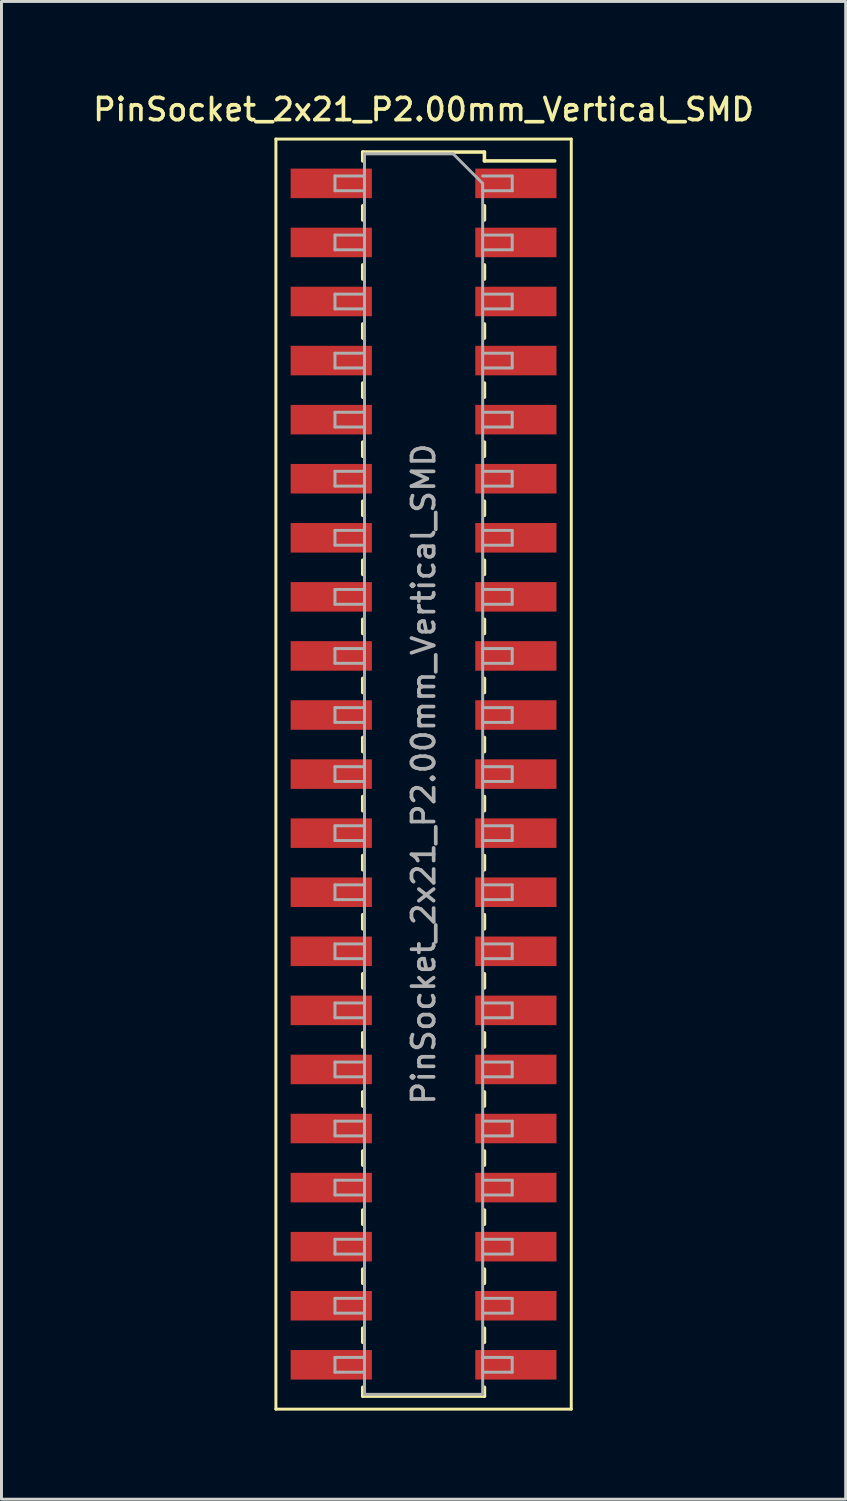
<source format=kicad_pcb>
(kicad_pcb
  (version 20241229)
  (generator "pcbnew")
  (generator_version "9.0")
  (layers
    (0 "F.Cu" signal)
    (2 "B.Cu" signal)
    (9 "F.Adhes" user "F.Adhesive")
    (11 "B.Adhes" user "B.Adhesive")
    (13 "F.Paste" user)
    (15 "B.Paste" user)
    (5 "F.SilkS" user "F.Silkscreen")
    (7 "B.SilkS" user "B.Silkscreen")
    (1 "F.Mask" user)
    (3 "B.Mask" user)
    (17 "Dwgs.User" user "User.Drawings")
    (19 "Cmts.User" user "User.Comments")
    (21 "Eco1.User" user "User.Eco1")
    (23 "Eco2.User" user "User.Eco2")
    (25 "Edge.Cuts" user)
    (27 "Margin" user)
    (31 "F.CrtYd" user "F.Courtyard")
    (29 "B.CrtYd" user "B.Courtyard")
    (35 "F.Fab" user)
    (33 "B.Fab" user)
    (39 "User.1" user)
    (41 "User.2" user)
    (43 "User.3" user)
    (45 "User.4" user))
  (footprint "PinSocket_2x21_P2.00mm_Vertical_SMD"
    (layer "F.Cu")
    (at 11.291 23.158)
    (property "Reference" "PinSocket_2x21_P2.00mm_Vertical_SMD" (at 0 -22.5 0) (layer "F.SilkS") (effects (font (size 0.75 0.75) (thickness 0.125))))
    (attr smd)
    (fp_line (start -5 -21.5) (end 5 -21.5) (stroke (width 0.1) (type solid)) (layer "F.SilkS"))
    (fp_line (start -5 21.5) (end -5 -21.5) (stroke (width 0.1) (type solid)) (layer "F.SilkS"))
    (fp_line (start -2.06 -21.06) (end -2.06 -20.76) (stroke (width 0.12) (type solid)) (layer "F.SilkS"))
    (fp_line (start -2.06 -21.06) (end 2.06 -21.06) (stroke (width 0.12) (type solid)) (layer "F.SilkS"))
    (fp_line (start -2.06 -19.24) (end -2.06 -18.76) (stroke (width 0.12) (type solid)) (layer "F.SilkS"))
    (fp_line (start -2.06 -17.24) (end -2.06 -16.76) (stroke (width 0.12) (type solid)) (layer "F.SilkS"))
    (fp_line (start -2.06 -15.24) (end -2.06 -14.76) (stroke (width 0.12) (type solid)) (layer "F.SilkS"))
    (fp_line (start -2.06 -13.24) (end -2.06 -12.76) (stroke (width 0.12) (type solid)) (layer "F.SilkS"))
    (fp_line (start -2.06 -11.24) (end -2.06 -10.76) (stroke (width 0.12) (type solid)) (layer "F.SilkS"))
    (fp_line (start -2.06 -9.24) (end -2.06 -8.76) (stroke (width 0.12) (type solid)) (layer "F.SilkS"))
    (fp_line (start -2.06 -7.24) (end -2.06 -6.76) (stroke (width 0.12) (type solid)) (layer "F.SilkS"))
    (fp_line (start -2.06 -5.24) (end -2.06 -4.76) (stroke (width 0.12) (type solid)) (layer "F.SilkS"))
    (fp_line (start -2.06 -3.24) (end -2.06 -2.76) (stroke (width 0.12) (type solid)) (layer "F.SilkS"))
    (fp_line (start -2.06 -1.24) (end -2.06 -0.76) (stroke (width 0.12) (type solid)) (layer "F.SilkS"))
    (fp_line (start -2.06 0.76) (end -2.06 1.24) (stroke (width 0.12) (type solid)) (layer "F.SilkS"))
    (fp_line (start -2.06 2.76) (end -2.06 3.24) (stroke (width 0.12) (type solid)) (layer "F.SilkS"))
    (fp_line (start -2.06 4.76) (end -2.06 5.24) (stroke (width 0.12) (type solid)) (layer "F.SilkS"))
    (fp_line (start -2.06 6.76) (end -2.06 7.24) (stroke (width 0.12) (type solid)) (layer "F.SilkS"))
    (fp_line (start -2.06 8.76) (end -2.06 9.24) (stroke (width 0.12) (type solid)) (layer "F.SilkS"))
    (fp_line (start -2.06 10.76) (end -2.06 11.24) (stroke (width 0.12) (type solid)) (layer "F.SilkS"))
    (fp_line (start -2.06 12.76) (end -2.06 13.24) (stroke (width 0.12) (type solid)) (layer "F.SilkS"))
    (fp_line (start -2.06 14.76) (end -2.06 15.24) (stroke (width 0.12) (type solid)) (layer "F.SilkS"))
    (fp_line (start -2.06 16.76) (end -2.06 17.24) (stroke (width 0.12) (type solid)) (layer "F.SilkS"))
    (fp_line (start -2.06 18.76) (end -2.06 19.24) (stroke (width 0.12) (type solid)) (layer "F.SilkS"))
    (fp_line (start -2.06 20.76) (end -2.06 21.06) (stroke (width 0.12) (type solid)) (layer "F.SilkS"))
    (fp_line (start -2.06 21.06) (end 2.06 21.06) (stroke (width 0.12) (type solid)) (layer "F.SilkS"))
    (fp_line (start 2.06 -21.06) (end 2.06 -20.76) (stroke (width 0.12) (type solid)) (layer "F.SilkS"))
    (fp_line (start 2.06 -20.76) (end 4.44 -20.76) (stroke (width 0.12) (type solid)) (layer "F.SilkS"))
    (fp_line (start 2.06 -19.24) (end 2.06 -18.76) (stroke (width 0.12) (type solid)) (layer "F.SilkS"))
    (fp_line (start 2.06 -17.24) (end 2.06 -16.76) (stroke (width 0.12) (type solid)) (layer "F.SilkS"))
    (fp_line (start 2.06 -15.24) (end 2.06 -14.76) (stroke (width 0.12) (type solid)) (layer "F.SilkS"))
    (fp_line (start 2.06 -13.24) (end 2.06 -12.76) (stroke (width 0.12) (type solid)) (layer "F.SilkS"))
    (fp_line (start 2.06 -11.24) (end 2.06 -10.76) (stroke (width 0.12) (type solid)) (layer "F.SilkS"))
    (fp_line (start 2.06 -9.24) (end 2.06 -8.76) (stroke (width 0.12) (type solid)) (layer "F.SilkS"))
    (fp_line (start 2.06 -7.24) (end 2.06 -6.76) (stroke (width 0.12) (type solid)) (layer "F.SilkS"))
    (fp_line (start 2.06 -5.24) (end 2.06 -4.76) (stroke (width 0.12) (type solid)) (layer "F.SilkS"))
    (fp_line (start 2.06 -3.24) (end 2.06 -2.76) (stroke (width 0.12) (type solid)) (layer "F.SilkS"))
    (fp_line (start 2.06 -1.24) (end 2.06 -0.76) (stroke (width 0.12) (type solid)) (layer "F.SilkS"))
    (fp_line (start 2.06 0.76) (end 2.06 1.24) (stroke (width 0.12) (type solid)) (layer "F.SilkS"))
    (fp_line (start 2.06 2.76) (end 2.06 3.24) (stroke (width 0.12) (type solid)) (layer "F.SilkS"))
    (fp_line (start 2.06 4.76) (end 2.06 5.24) (stroke (width 0.12) (type solid)) (layer "F.SilkS"))
    (fp_line (start 2.06 6.76) (end 2.06 7.24) (stroke (width 0.12) (type solid)) (layer "F.SilkS"))
    (fp_line (start 2.06 8.76) (end 2.06 9.24) (stroke (width 0.12) (type solid)) (layer "F.SilkS"))
    (fp_line (start 2.06 10.76) (end 2.06 11.24) (stroke (width 0.12) (type solid)) (layer "F.SilkS"))
    (fp_line (start 2.06 12.76) (end 2.06 13.24) (stroke (width 0.12) (type solid)) (layer "F.SilkS"))
    (fp_line (start 2.06 14.76) (end 2.06 15.24) (stroke (width 0.12) (type solid)) (layer "F.SilkS"))
    (fp_line (start 2.06 16.76) (end 2.06 17.24) (stroke (width 0.12) (type solid)) (layer "F.SilkS"))
    (fp_line (start 2.06 18.76) (end 2.06 19.24) (stroke (width 0.12) (type solid)) (layer "F.SilkS"))
    (fp_line (start 2.06 20.76) (end 2.06 21.06) (stroke (width 0.12) (type solid)) (layer "F.SilkS"))
    (fp_line (start 5 -21.5) (end 5 21.5) (stroke (width 0.1) (type solid)) (layer "F.SilkS"))
    (fp_line (start 5 21.5) (end -5 21.5) (stroke (width 0.1) (type solid)) (layer "F.SilkS"))
    (fp_line (start -3 -20.25) (end -2 -20.25) (stroke (width 0.1) (type solid)) (layer "F.Fab"))
    (fp_line (start -3 -19.75) (end -3 -20.25) (stroke (width 0.1) (type solid)) (layer "F.Fab"))
    (fp_line (start -3 -18.25) (end -2 -18.25) (stroke (width 0.1) (type solid)) (layer "F.Fab"))
    (fp_line (start -3 -17.75) (end -3 -18.25) (stroke (width 0.1) (type solid)) (layer "F.Fab"))
    (fp_line (start -3 -16.25) (end -2 -16.25) (stroke (width 0.1) (type solid)) (layer "F.Fab"))
    (fp_line (start -3 -15.75) (end -3 -16.25) (stroke (width 0.1) (type solid)) (layer "F.Fab"))
    (fp_line (start -3 -14.25) (end -2 -14.25) (stroke (width 0.1) (type solid)) (layer "F.Fab"))
    (fp_line (start -3 -13.75) (end -3 -14.25) (stroke (width 0.1) (type solid)) (layer "F.Fab"))
    (fp_line (start -3 -12.25) (end -2 -12.25) (stroke (width 0.1) (type solid)) (layer "F.Fab"))
    (fp_line (start -3 -11.75) (end -3 -12.25) (stroke (width 0.1) (type solid)) (layer "F.Fab"))
    (fp_line (start -3 -10.25) (end -2 -10.25) (stroke (width 0.1) (type solid)) (layer "F.Fab"))
    (fp_line (start -3 -9.75) (end -3 -10.25) (stroke (width 0.1) (type solid)) (layer "F.Fab"))
    (fp_line (start -3 -8.25) (end -2 -8.25) (stroke (width 0.1) (type solid)) (layer "F.Fab"))
    (fp_line (start -3 -7.75) (end -3 -8.25) (stroke (width 0.1) (type solid)) (layer "F.Fab"))
    (fp_line (start -3 -6.25) (end -2 -6.25) (stroke (width 0.1) (type solid)) (layer "F.Fab"))
    (fp_line (start -3 -5.75) (end -3 -6.25) (stroke (width 0.1) (type solid)) (layer "F.Fab"))
    (fp_line (start -3 -4.25) (end -2 -4.25) (stroke (width 0.1) (type solid)) (layer "F.Fab"))
    (fp_line (start -3 -3.75) (end -3 -4.25) (stroke (width 0.1) (type solid)) (layer "F.Fab"))
    (fp_line (start -3 -2.25) (end -2 -2.25) (stroke (width 0.1) (type solid)) (layer "F.Fab"))
    (fp_line (start -3 -1.75) (end -3 -2.25) (stroke (width 0.1) (type solid)) (layer "F.Fab"))
    (fp_line (start -3 -0.25) (end -2 -0.25) (stroke (width 0.1) (type solid)) (layer "F.Fab"))
    (fp_line (start -3 0.25) (end -3 -0.25) (stroke (width 0.1) (type solid)) (layer "F.Fab"))
    (fp_line (start -3 1.75) (end -2 1.75) (stroke (width 0.1) (type solid)) (layer "F.Fab"))
    (fp_line (start -3 2.25) (end -3 1.75) (stroke (width 0.1) (type solid)) (layer "F.Fab"))
    (fp_line (start -3 3.75) (end -2 3.75) (stroke (width 0.1) (type solid)) (layer "F.Fab"))
    (fp_line (start -3 4.25) (end -3 3.75) (stroke (width 0.1) (type solid)) (layer "F.Fab"))
    (fp_line (start -3 5.75) (end -2 5.75) (stroke (width 0.1) (type solid)) (layer "F.Fab"))
    (fp_line (start -3 6.25) (end -3 5.75) (stroke (width 0.1) (type solid)) (layer "F.Fab"))
    (fp_line (start -3 7.75) (end -2 7.75) (stroke (width 0.1) (type solid)) (layer "F.Fab"))
    (fp_line (start -3 8.25) (end -3 7.75) (stroke (width 0.1) (type solid)) (layer "F.Fab"))
    (fp_line (start -3 9.75) (end -2 9.75) (stroke (width 0.1) (type solid)) (layer "F.Fab"))
    (fp_line (start -3 10.25) (end -3 9.75) (stroke (width 0.1) (type solid)) (layer "F.Fab"))
    (fp_line (start -3 11.75) (end -2 11.75) (stroke (width 0.1) (type solid)) (layer "F.Fab"))
    (fp_line (start -3 12.25) (end -3 11.75) (stroke (width 0.1) (type solid)) (layer "F.Fab"))
    (fp_line (start -3 13.75) (end -2 13.75) (stroke (width 0.1) (type solid)) (layer "F.Fab"))
    (fp_line (start -3 14.25) (end -3 13.75) (stroke (width 0.1) (type solid)) (layer "F.Fab"))
    (fp_line (start -3 15.75) (end -2 15.75) (stroke (width 0.1) (type solid)) (layer "F.Fab"))
    (fp_line (start -3 16.25) (end -3 15.75) (stroke (width 0.1) (type solid)) (layer "F.Fab"))
    (fp_line (start -3 17.75) (end -2 17.75) (stroke (width 0.1) (type solid)) (layer "F.Fab"))
    (fp_line (start -3 18.25) (end -3 17.75) (stroke (width 0.1) (type solid)) (layer "F.Fab"))
    (fp_line (start -3 19.75) (end -2 19.75) (stroke (width 0.1) (type solid)) (layer "F.Fab"))
    (fp_line (start -3 20.25) (end -3 19.75) (stroke (width 0.1) (type solid)) (layer "F.Fab"))
    (fp_line (start -2 -21) (end 1 -21) (stroke (width 0.1) (type solid)) (layer "F.Fab"))
    (fp_line (start -2 -19.75) (end -3 -19.75) (stroke (width 0.1) (type solid)) (layer "F.Fab"))
    (fp_line (start -2 -17.75) (end -3 -17.75) (stroke (width 0.1) (type solid)) (layer "F.Fab"))
    (fp_line (start -2 -15.75) (end -3 -15.75) (stroke (width 0.1) (type solid)) (layer "F.Fab"))
    (fp_line (start -2 -13.75) (end -3 -13.75) (stroke (width 0.1) (type solid)) (layer "F.Fab"))
    (fp_line (start -2 -11.75) (end -3 -11.75) (stroke (width 0.1) (type solid)) (layer "F.Fab"))
    (fp_line (start -2 -9.75) (end -3 -9.75) (stroke (width 0.1) (type solid)) (layer "F.Fab"))
    (fp_line (start -2 -7.75) (end -3 -7.75) (stroke (width 0.1) (type solid)) (layer "F.Fab"))
    (fp_line (start -2 -5.75) (end -3 -5.75) (stroke (width 0.1) (type solid)) (layer "F.Fab"))
    (fp_line (start -2 -3.75) (end -3 -3.75) (stroke (width 0.1) (type solid)) (layer "F.Fab"))
    (fp_line (start -2 -1.75) (end -3 -1.75) (stroke (width 0.1) (type solid)) (layer "F.Fab"))
    (fp_line (start -2 0.25) (end -3 0.25) (stroke (width 0.1) (type solid)) (layer "F.Fab"))
    (fp_line (start -2 2.25) (end -3 2.25) (stroke (width 0.1) (type solid)) (layer "F.Fab"))
    (fp_line (start -2 4.25) (end -3 4.25) (stroke (width 0.1) (type solid)) (layer "F.Fab"))
    (fp_line (start -2 6.25) (end -3 6.25) (stroke (width 0.1) (type solid)) (layer "F.Fab"))
    (fp_line (start -2 8.25) (end -3 8.25) (stroke (width 0.1) (type solid)) (layer "F.Fab"))
    (fp_line (start -2 10.25) (end -3 10.25) (stroke (width 0.1) (type solid)) (layer "F.Fab"))
    (fp_line (start -2 12.25) (end -3 12.25) (stroke (width 0.1) (type solid)) (layer "F.Fab"))
    (fp_line (start -2 14.25) (end -3 14.25) (stroke (width 0.1) (type solid)) (layer "F.Fab"))
    (fp_line (start -2 16.25) (end -3 16.25) (stroke (width 0.1) (type solid)) (layer "F.Fab"))
    (fp_line (start -2 18.25) (end -3 18.25) (stroke (width 0.1) (type solid)) (layer "F.Fab"))
    (fp_line (start -2 20.25) (end -3 20.25) (stroke (width 0.1) (type solid)) (layer "F.Fab"))
    (fp_line (start -2 21) (end -2 -21) (stroke (width 0.1) (type solid)) (layer "F.Fab"))
    (fp_line (start 1 -21) (end 2 -20) (stroke (width 0.1) (type solid)) (layer "F.Fab"))
    (fp_line (start 2 -20.25) (end 3 -20.25) (stroke (width 0.1) (type solid)) (layer "F.Fab"))
    (fp_line (start 2 -20) (end 2 21) (stroke (width 0.1) (type solid)) (layer "F.Fab"))
    (fp_line (start 2 -18.25) (end 3 -18.25) (stroke (width 0.1) (type solid)) (layer "F.Fab"))
    (fp_line (start 2 -16.25) (end 3 -16.25) (stroke (width 0.1) (type solid)) (layer "F.Fab"))
    (fp_line (start 2 -14.25) (end 3 -14.25) (stroke (width 0.1) (type solid)) (layer "F.Fab"))
    (fp_line (start 2 -12.25) (end 3 -12.25) (stroke (width 0.1) (type solid)) (layer "F.Fab"))
    (fp_line (start 2 -10.25) (end 3 -10.25) (stroke (width 0.1) (type solid)) (layer "F.Fab"))
    (fp_line (start 2 -8.25) (end 3 -8.25) (stroke (width 0.1) (type solid)) (layer "F.Fab"))
    (fp_line (start 2 -6.25) (end 3 -6.25) (stroke (width 0.1) (type solid)) (layer "F.Fab"))
    (fp_line (start 2 -4.25) (end 3 -4.25) (stroke (width 0.1) (type solid)) (layer "F.Fab"))
    (fp_line (start 2 -2.25) (end 3 -2.25) (stroke (width 0.1) (type solid)) (layer "F.Fab"))
    (fp_line (start 2 -0.25) (end 3 -0.25) (stroke (width 0.1) (type solid)) (layer "F.Fab"))
    (fp_line (start 2 1.75) (end 3 1.75) (stroke (width 0.1) (type solid)) (layer "F.Fab"))
    (fp_line (start 2 3.75) (end 3 3.75) (stroke (width 0.1) (type solid)) (layer "F.Fab"))
    (fp_line (start 2 5.75) (end 3 5.75) (stroke (width 0.1) (type solid)) (layer "F.Fab"))
    (fp_line (start 2 7.75) (end 3 7.75) (stroke (width 0.1) (type solid)) (layer "F.Fab"))
    (fp_line (start 2 9.75) (end 3 9.75) (stroke (width 0.1) (type solid)) (layer "F.Fab"))
    (fp_line (start 2 11.75) (end 3 11.75) (stroke (width 0.1) (type solid)) (layer "F.Fab"))
    (fp_line (start 2 13.75) (end 3 13.75) (stroke (width 0.1) (type solid)) (layer "F.Fab"))
    (fp_line (start 2 15.75) (end 3 15.75) (stroke (width 0.1) (type solid)) (layer "F.Fab"))
    (fp_line (start 2 17.75) (end 3 17.75) (stroke (width 0.1) (type solid)) (layer "F.Fab"))
    (fp_line (start 2 19.75) (end 3 19.75) (stroke (width 0.1) (type solid)) (layer "F.Fab"))
    (fp_line (start 2 21) (end -2 21) (stroke (width 0.1) (type solid)) (layer "F.Fab"))
    (fp_line (start 3 -20.25) (end 3 -19.75) (stroke (width 0.1) (type solid)) (layer "F.Fab"))
    (fp_line (start 3 -19.75) (end 2 -19.75) (stroke (width 0.1) (type solid)) (layer "F.Fab"))
    (fp_line (start 3 -18.25) (end 3 -17.75) (stroke (width 0.1) (type solid)) (layer "F.Fab"))
    (fp_line (start 3 -17.75) (end 2 -17.75) (stroke (width 0.1) (type solid)) (layer "F.Fab"))
    (fp_line (start 3 -16.25) (end 3 -15.75) (stroke (width 0.1) (type solid)) (layer "F.Fab"))
    (fp_line (start 3 -15.75) (end 2 -15.75) (stroke (width 0.1) (type solid)) (layer "F.Fab"))
    (fp_line (start 3 -14.25) (end 3 -13.75) (stroke (width 0.1) (type solid)) (layer "F.Fab"))
    (fp_line (start 3 -13.75) (end 2 -13.75) (stroke (width 0.1) (type solid)) (layer "F.Fab"))
    (fp_line (start 3 -12.25) (end 3 -11.75) (stroke (width 0.1) (type solid)) (layer "F.Fab"))
    (fp_line (start 3 -11.75) (end 2 -11.75) (stroke (width 0.1) (type solid)) (layer "F.Fab"))
    (fp_line (start 3 -10.25) (end 3 -9.75) (stroke (width 0.1) (type solid)) (layer "F.Fab"))
    (fp_line (start 3 -9.75) (end 2 -9.75) (stroke (width 0.1) (type solid)) (layer "F.Fab"))
    (fp_line (start 3 -8.25) (end 3 -7.75) (stroke (width 0.1) (type solid)) (layer "F.Fab"))
    (fp_line (start 3 -7.75) (end 2 -7.75) (stroke (width 0.1) (type solid)) (layer "F.Fab"))
    (fp_line (start 3 -6.25) (end 3 -5.75) (stroke (width 0.1) (type solid)) (layer "F.Fab"))
    (fp_line (start 3 -5.75) (end 2 -5.75) (stroke (width 0.1) (type solid)) (layer "F.Fab"))
    (fp_line (start 3 -4.25) (end 3 -3.75) (stroke (width 0.1) (type solid)) (layer "F.Fab"))
    (fp_line (start 3 -3.75) (end 2 -3.75) (stroke (width 0.1) (type solid)) (layer "F.Fab"))
    (fp_line (start 3 -2.25) (end 3 -1.75) (stroke (width 0.1) (type solid)) (layer "F.Fab"))
    (fp_line (start 3 -1.75) (end 2 -1.75) (stroke (width 0.1) (type solid)) (layer "F.Fab"))
    (fp_line (start 3 -0.25) (end 3 0.25) (stroke (width 0.1) (type solid)) (layer "F.Fab"))
    (fp_line (start 3 0.25) (end 2 0.25) (stroke (width 0.1) (type solid)) (layer "F.Fab"))
    (fp_line (start 3 1.75) (end 3 2.25) (stroke (width 0.1) (type solid)) (layer "F.Fab"))
    (fp_line (start 3 2.25) (end 2 2.25) (stroke (width 0.1) (type solid)) (layer "F.Fab"))
    (fp_line (start 3 3.75) (end 3 4.25) (stroke (width 0.1) (type solid)) (layer "F.Fab"))
    (fp_line (start 3 4.25) (end 2 4.25) (stroke (width 0.1) (type solid)) (layer "F.Fab"))
    (fp_line (start 3 5.75) (end 3 6.25) (stroke (width 0.1) (type solid)) (layer "F.Fab"))
    (fp_line (start 3 6.25) (end 2 6.25) (stroke (width 0.1) (type solid)) (layer "F.Fab"))
    (fp_line (start 3 7.75) (end 3 8.25) (stroke (width 0.1) (type solid)) (layer "F.Fab"))
    (fp_line (start 3 8.25) (end 2 8.25) (stroke (width 0.1) (type solid)) (layer "F.Fab"))
    (fp_line (start 3 9.75) (end 3 10.25) (stroke (width 0.1) (type solid)) (layer "F.Fab"))
    (fp_line (start 3 10.25) (end 2 10.25) (stroke (width 0.1) (type solid)) (layer "F.Fab"))
    (fp_line (start 3 11.75) (end 3 12.25) (stroke (width 0.1) (type solid)) (layer "F.Fab"))
    (fp_line (start 3 12.25) (end 2 12.25) (stroke (width 0.1) (type solid)) (layer "F.Fab"))
    (fp_line (start 3 13.75) (end 3 14.25) (stroke (width 0.1) (type solid)) (layer "F.Fab"))
    (fp_line (start 3 14.25) (end 2 14.25) (stroke (width 0.1) (type solid)) (layer "F.Fab"))
    (fp_line (start 3 15.75) (end 3 16.25) (stroke (width 0.1) (type solid)) (layer "F.Fab"))
    (fp_line (start 3 16.25) (end 2 16.25) (stroke (width 0.1) (type solid)) (layer "F.Fab"))
    (fp_line (start 3 17.75) (end 3 18.25) (stroke (width 0.1) (type solid)) (layer "F.Fab"))
    (fp_line (start 3 18.25) (end 2 18.25) (stroke (width 0.1) (type solid)) (layer "F.Fab"))
    (fp_line (start 3 19.75) (end 3 20.25) (stroke (width 0.1) (type solid)) (layer "F.Fab"))
    (fp_line (start 3 20.25) (end 2 20.25) (stroke (width 0.1) (type solid)) (layer "F.Fab"))
    (fp_text user "${REFERENCE}" (at 0 0 90) (layer "F.Fab") (effects (font (size 0.75 0.75) (thickness 0.125))))
    (pad "1" smd rect (at 3.125 -20) (size 2.75 1) (layers "F.Cu" "F.Mask" "F.Paste"))
    (pad "2" smd rect (at -3.125 -20) (size 2.75 1) (layers "F.Cu" "F.Mask" "F.Paste"))
    (pad "3" smd rect (at 3.125 -18) (size 2.75 1) (layers "F.Cu" "F.Mask" "F.Paste"))
    (pad "4" smd rect (at -3.125 -18) (size 2.75 1) (layers "F.Cu" "F.Mask" "F.Paste"))
    (pad "5" smd rect (at 3.125 -16) (size 2.75 1) (layers "F.Cu" "F.Mask" "F.Paste"))
    (pad "6" smd rect (at -3.125 -16) (size 2.75 1) (layers "F.Cu" "F.Mask" "F.Paste"))
    (pad "7" smd rect (at 3.125 -14) (size 2.75 1) (layers "F.Cu" "F.Mask" "F.Paste"))
    (pad "8" smd rect (at -3.125 -14) (size 2.75 1) (layers "F.Cu" "F.Mask" "F.Paste"))
    (pad "9" smd rect (at 3.125 -12) (size 2.75 1) (layers "F.Cu" "F.Mask" "F.Paste"))
    (pad "10" smd rect (at -3.125 -12) (size 2.75 1) (layers "F.Cu" "F.Mask" "F.Paste"))
    (pad "11" smd rect (at 3.125 -10) (size 2.75 1) (layers "F.Cu" "F.Mask" "F.Paste"))
    (pad "12" smd rect (at -3.125 -10) (size 2.75 1) (layers "F.Cu" "F.Mask" "F.Paste"))
    (pad "13" smd rect (at 3.125 -8) (size 2.75 1) (layers "F.Cu" "F.Mask" "F.Paste"))
    (pad "14" smd rect (at -3.125 -8) (size 2.75 1) (layers "F.Cu" "F.Mask" "F.Paste"))
    (pad "15" smd rect (at 3.125 -6) (size 2.75 1) (layers "F.Cu" "F.Mask" "F.Paste"))
    (pad "16" smd rect (at -3.125 -6) (size 2.75 1) (layers "F.Cu" "F.Mask" "F.Paste"))
    (pad "17" smd rect (at 3.125 -4) (size 2.75 1) (layers "F.Cu" "F.Mask" "F.Paste"))
    (pad "18" smd rect (at -3.125 -4) (size 2.75 1) (layers "F.Cu" "F.Mask" "F.Paste"))
    (pad "19" smd rect (at 3.125 -2) (size 2.75 1) (layers "F.Cu" "F.Mask" "F.Paste"))
    (pad "20" smd rect (at -3.125 -2) (size 2.75 1) (layers "F.Cu" "F.Mask" "F.Paste"))
    (pad "21" smd rect (at 3.125 0) (size 2.75 1) (layers "F.Cu" "F.Mask" "F.Paste"))
    (pad "22" smd rect (at -3.125 0) (size 2.75 1) (layers "F.Cu" "F.Mask" "F.Paste"))
    (pad "23" smd rect (at 3.125 2) (size 2.75 1) (layers "F.Cu" "F.Mask" "F.Paste"))
    (pad "24" smd rect (at -3.125 2) (size 2.75 1) (layers "F.Cu" "F.Mask" "F.Paste"))
    (pad "25" smd rect (at 3.125 4) (size 2.75 1) (layers "F.Cu" "F.Mask" "F.Paste"))
    (pad "26" smd rect (at -3.125 4) (size 2.75 1) (layers "F.Cu" "F.Mask" "F.Paste"))
    (pad "27" smd rect (at 3.125 6) (size 2.75 1) (layers "F.Cu" "F.Mask" "F.Paste"))
    (pad "28" smd rect (at -3.125 6) (size 2.75 1) (layers "F.Cu" "F.Mask" "F.Paste"))
    (pad "29" smd rect (at 3.125 8) (size 2.75 1) (layers "F.Cu" "F.Mask" "F.Paste"))
    (pad "30" smd rect (at -3.125 8) (size 2.75 1) (layers "F.Cu" "F.Mask" "F.Paste"))
    (pad "31" smd rect (at 3.125 10) (size 2.75 1) (layers "F.Cu" "F.Mask" "F.Paste"))
    (pad "32" smd rect (at -3.125 10) (size 2.75 1) (layers "F.Cu" "F.Mask" "F.Paste"))
    (pad "33" smd rect (at 3.125 12) (size 2.75 1) (layers "F.Cu" "F.Mask" "F.Paste"))
    (pad "34" smd rect (at -3.125 12) (size 2.75 1) (layers "F.Cu" "F.Mask" "F.Paste"))
    (pad "35" smd rect (at 3.125 14) (size 2.75 1) (layers "F.Cu" "F.Mask" "F.Paste"))
    (pad "36" smd rect (at -3.125 14) (size 2.75 1) (layers "F.Cu" "F.Mask" "F.Paste"))
    (pad "37" smd rect (at 3.125 16) (size 2.75 1) (layers "F.Cu" "F.Mask" "F.Paste"))
    (pad "38" smd rect (at -3.125 16) (size 2.75 1) (layers "F.Cu" "F.Mask" "F.Paste"))
    (pad "39" smd rect (at 3.125 18) (size 2.75 1) (layers "F.Cu" "F.Mask" "F.Paste"))
    (pad "40" smd rect (at -3.125 18) (size 2.75 1) (layers "F.Cu" "F.Mask" "F.Paste"))
    (pad "41" smd rect (at 3.125 20) (size 2.75 1) (layers "F.Cu" "F.Mask" "F.Paste"))
    (pad "42" smd rect (at -3.125 20) (size 2.75 1) (layers "F.Cu" "F.Mask" "F.Paste")))
  (gr_rect
    (start -3 -3)
    (end 25.582 47.708)
    (stroke (width 0.1) (type default))
    (fill no)
    (layer "Edge.Cuts")))
</source>
